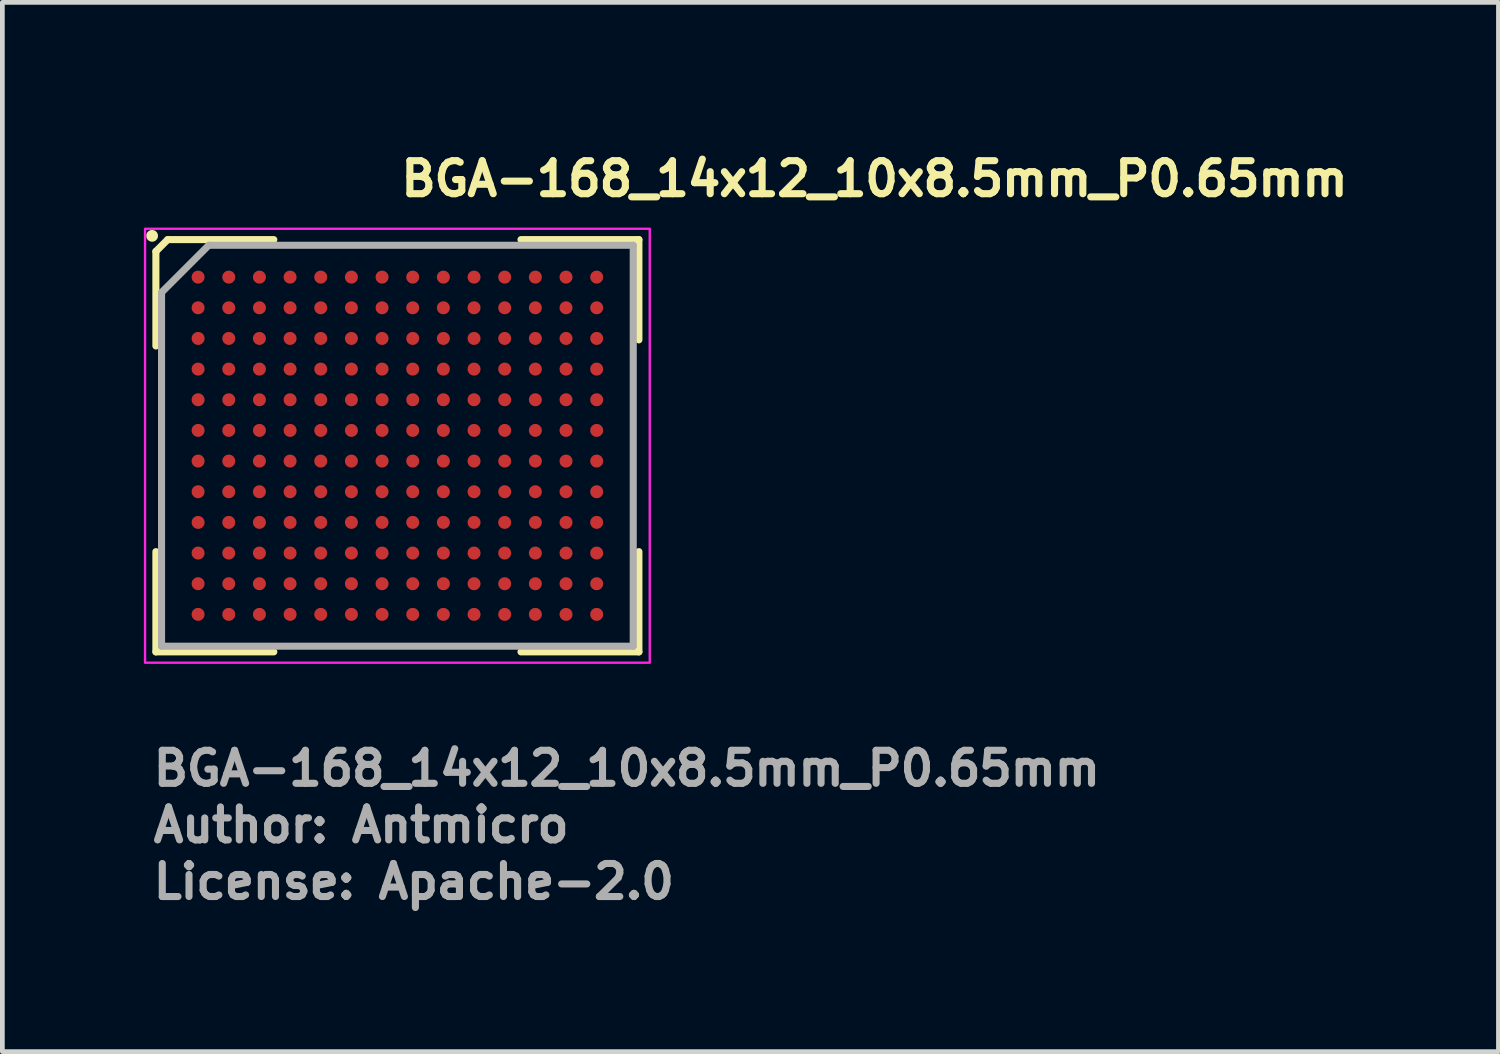
<source format=kicad_pcb>
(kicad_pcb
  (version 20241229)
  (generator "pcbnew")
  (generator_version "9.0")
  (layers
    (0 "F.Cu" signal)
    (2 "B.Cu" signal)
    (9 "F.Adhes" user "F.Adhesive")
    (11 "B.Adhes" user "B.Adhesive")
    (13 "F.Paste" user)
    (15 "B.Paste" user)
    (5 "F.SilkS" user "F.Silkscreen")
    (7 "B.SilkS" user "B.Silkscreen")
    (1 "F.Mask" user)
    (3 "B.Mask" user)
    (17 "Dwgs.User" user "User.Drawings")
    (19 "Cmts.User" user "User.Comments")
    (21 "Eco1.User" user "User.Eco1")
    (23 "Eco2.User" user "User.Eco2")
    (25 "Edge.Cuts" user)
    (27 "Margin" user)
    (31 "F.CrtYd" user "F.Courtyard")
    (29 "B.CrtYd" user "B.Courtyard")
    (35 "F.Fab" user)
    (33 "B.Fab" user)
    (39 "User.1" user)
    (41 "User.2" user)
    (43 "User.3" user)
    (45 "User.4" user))
  (footprint "BGA-168_14x12_10x8.5mm_P0.65mm"
    (layer "F.Cu")
    (at 5.375 6.4)
    (property "Reference" "BGA-168_14x12_10x8.5mm_P0.65mm" (at 0 -5.25 0) (layer "F.SilkS") (effects (font (size 0.7 0.7) (thickness 0.15)) (justify left bottom)))
    (attr smd)
    (fp_line (start -5.12 -4.12) (end -5.12 -2.115) (stroke (width 0.15) (type solid)) (layer "F.SilkS"))
    (fp_line (start -5.12 -4.12) (end -4.87 -4.37) (stroke (width 0.15) (type solid)) (layer "F.SilkS"))
    (fp_line (start -5.12 4.37) (end -5.12 2.245) (stroke (width 0.15) (type solid)) (layer "F.SilkS"))
    (fp_line (start -2.62 -4.37) (end -4.87 -4.37) (stroke (width 0.15) (type solid)) (layer "F.SilkS"))
    (fp_line (start -2.62 4.37) (end -5.12 4.37) (stroke (width 0.15) (type solid)) (layer "F.SilkS"))
    (fp_line (start 2.62 -4.37) (end 5.12 -4.37) (stroke (width 0.15) (type solid)) (layer "F.SilkS"))
    (fp_line (start 2.62 4.37) (end 5.12 4.37) (stroke (width 0.15) (type solid)) (layer "F.SilkS"))
    (fp_line (start 5.12 -4.37) (end 5.12 -2.245) (stroke (width 0.15) (type solid)) (layer "F.SilkS"))
    (fp_line (start 5.12 4.37) (end 5.12 2.245) (stroke (width 0.15) (type solid)) (layer "F.SilkS"))
    (fp_circle (center -5.2 -4.45) (end -5.15 -4.45) (stroke (width 0.15) (type solid)) (fill yes) (layer "F.SilkS"))
    (fp_rect (start -5.35 -4.6) (end 5.35 4.6) (stroke (width 0.05) (type solid)) (fill no) (layer "F.CrtYd"))
    (fp_line (start -5 -3.25) (end -5 4.25) (stroke (width 0.15) (type solid)) (layer "F.Fab"))
    (fp_line (start -5 4.25) (end 5 4.25) (stroke (width 0.15) (type solid)) (layer "F.Fab"))
    (fp_line (start -4 -4.25) (end -5 -3.25) (stroke (width 0.15) (type solid)) (layer "F.Fab"))
    (fp_line (start 5 -4.25) (end -4 -4.25) (stroke (width 0.15) (type solid)) (layer "F.Fab"))
    (fp_line (start 5 4.25) (end 5 -4.25) (stroke (width 0.15) (type solid)) (layer "F.Fab"))
    (fp_rect (start -5 -4.25) (end 5 4.25) (stroke (width 0.1) (type solid)) (fill no) (layer "User.5"))
    (fp_line (start -5 -4.25) (end 5 -4.25) (stroke (width 0.02) (type solid)) (layer "User.9"))
    (fp_line (start -5 4.25) (end -5 -4.25) (stroke (width 0.02) (type solid)) (layer "User.9"))
    (fp_line (start -5 4.25) (end 5 4.25) (stroke (width 0.02) (type solid)) (layer "User.9"))
    (fp_line (start 5 4.25) (end 5 -4.25) (stroke (width 0.02) (type solid)) (layer "User.9"))
    (fp_circle (center -4.25 -3.5) (end -4.05 -3.5) (stroke (width 0.02) (type default)) (fill no) (layer "User.9"))
    (fp_text user "License: Apache-2.0" (at -5.25 9.65 0) (layer "F.Fab") (effects (font (size 0.7 0.7) (thickness 0.15)) (justify left bottom)))
    (fp_text user "${REFERENCE}" (at -5.25 7.25 0) (layer "F.Fab") (effects (font (size 0.7 0.7) (thickness 0.15)) (justify left bottom)))
    (fp_text user "Author: Antmicro" (at -5.25 8.45 0) (layer "F.Fab") (effects (font (size 0.7 0.7) (thickness 0.15)) (justify left bottom)))
    (pad "A1" smd circle (at -4.225 -3.575) (size 0.275 0.275) (layers "F.Cu" "F.Mask" "F.Paste"))
    (pad "A2" smd circle (at -3.575 -3.575) (size 0.275 0.275) (layers "F.Cu" "F.Mask" "F.Paste"))
    (pad "A3" smd circle (at -2.925 -3.575) (size 0.275 0.275) (layers "F.Cu" "F.Mask" "F.Paste"))
    (pad "A4" smd circle (at -2.275 -3.575) (size 0.275 0.275) (layers "F.Cu" "F.Mask" "F.Paste"))
    (pad "A5" smd circle (at -1.625 -3.575) (size 0.275 0.275) (layers "F.Cu" "F.Mask" "F.Paste"))
    (pad "A6" smd circle (at -0.975 -3.575) (size 0.275 0.275) (layers "F.Cu" "F.Mask" "F.Paste"))
    (pad "A7" smd circle (at -0.325 -3.575) (size 0.275 0.275) (layers "F.Cu" "F.Mask" "F.Paste"))
    (pad "A8" smd circle (at 0.325 -3.575) (size 0.275 0.275) (layers "F.Cu" "F.Mask" "F.Paste"))
    (pad "A9" smd circle (at 0.975 -3.575) (size 0.275 0.275) (layers "F.Cu" "F.Mask" "F.Paste"))
    (pad "A10" smd circle (at 1.625 -3.575) (size 0.275 0.275) (layers "F.Cu" "F.Mask" "F.Paste"))
    (pad "A11" smd circle (at 2.275 -3.575) (size 0.275 0.275) (layers "F.Cu" "F.Mask" "F.Paste"))
    (pad "A12" smd circle (at 2.925 -3.575) (size 0.275 0.275) (layers "F.Cu" "F.Mask" "F.Paste"))
    (pad "A13" smd circle (at 3.575 -3.575) (size 0.275 0.275) (layers "F.Cu" "F.Mask" "F.Paste"))
    (pad "A14" smd circle (at 4.225 -3.575) (size 0.275 0.275) (layers "F.Cu" "F.Mask" "F.Paste"))
    (pad "B1" smd circle (at -4.225 -2.925) (size 0.275 0.275) (layers "F.Cu" "F.Mask" "F.Paste"))
    (pad "B2" smd circle (at -3.575 -2.925) (size 0.275 0.275) (layers "F.Cu" "F.Mask" "F.Paste"))
    (pad "B3" smd circle (at -2.925 -2.925) (size 0.275 0.275) (layers "F.Cu" "F.Mask" "F.Paste"))
    (pad "B4" smd circle (at -2.275 -2.925) (size 0.275 0.275) (layers "F.Cu" "F.Mask" "F.Paste"))
    (pad "B5" smd circle (at -1.625 -2.925) (size 0.275 0.275) (layers "F.Cu" "F.Mask" "F.Paste"))
    (pad "B6" smd circle (at -0.975 -2.925) (size 0.275 0.275) (layers "F.Cu" "F.Mask" "F.Paste"))
    (pad "B7" smd circle (at -0.325 -2.925) (size 0.275 0.275) (layers "F.Cu" "F.Mask" "F.Paste"))
    (pad "B8" smd circle (at 0.325 -2.925) (size 0.275 0.275) (layers "F.Cu" "F.Mask" "F.Paste"))
    (pad "B9" smd circle (at 0.975 -2.925) (size 0.275 0.275) (layers "F.Cu" "F.Mask" "F.Paste"))
    (pad "B10" smd circle (at 1.625 -2.925) (size 0.275 0.275) (layers "F.Cu" "F.Mask" "F.Paste"))
    (pad "B11" smd circle (at 2.275 -2.925) (size 0.275 0.275) (layers "F.Cu" "F.Mask" "F.Paste"))
    (pad "B12" smd circle (at 2.925 -2.925) (size 0.275 0.275) (layers "F.Cu" "F.Mask" "F.Paste"))
    (pad "B13" smd circle (at 3.575 -2.925) (size 0.275 0.275) (layers "F.Cu" "F.Mask" "F.Paste"))
    (pad "B14" smd circle (at 4.225 -2.925) (size 0.275 0.275) (layers "F.Cu" "F.Mask" "F.Paste"))
    (pad "C1" smd circle (at -4.225 -2.275) (size 0.275 0.275) (layers "F.Cu" "F.Mask" "F.Paste"))
    (pad "C2" smd circle (at -3.575 -2.275) (size 0.275 0.275) (layers "F.Cu" "F.Mask" "F.Paste"))
    (pad "C3" smd circle (at -2.925 -2.275) (size 0.275 0.275) (layers "F.Cu" "F.Mask" "F.Paste"))
    (pad "C4" smd circle (at -2.275 -2.275) (size 0.275 0.275) (layers "F.Cu" "F.Mask" "F.Paste"))
    (pad "C5" smd circle (at -1.625 -2.275) (size 0.275 0.275) (layers "F.Cu" "F.Mask" "F.Paste"))
    (pad "C6" smd circle (at -0.975 -2.275) (size 0.275 0.275) (layers "F.Cu" "F.Mask" "F.Paste"))
    (pad "C7" smd circle (at -0.325 -2.275) (size 0.275 0.275) (layers "F.Cu" "F.Mask" "F.Paste"))
    (pad "C8" smd circle (at 0.325 -2.275) (size 0.275 0.275) (layers "F.Cu" "F.Mask" "F.Paste"))
    (pad "C9" smd circle (at 0.975 -2.275) (size 0.275 0.275) (layers "F.Cu" "F.Mask" "F.Paste"))
    (pad "C10" smd circle (at 1.625 -2.275) (size 0.275 0.275) (layers "F.Cu" "F.Mask" "F.Paste"))
    (pad "C11" smd circle (at 2.275 -2.275) (size 0.275 0.275) (layers "F.Cu" "F.Mask" "F.Paste"))
    (pad "C12" smd circle (at 2.925 -2.275) (size 0.275 0.275) (layers "F.Cu" "F.Mask" "F.Paste"))
    (pad "C13" smd circle (at 3.575 -2.275) (size 0.275 0.275) (layers "F.Cu" "F.Mask" "F.Paste"))
    (pad "C14" smd circle (at 4.225 -2.275) (size 0.275 0.275) (layers "F.Cu" "F.Mask" "F.Paste"))
    (pad "D1" smd circle (at -4.225 -1.625) (size 0.275 0.275) (layers "F.Cu" "F.Mask" "F.Paste"))
    (pad "D2" smd circle (at -3.575 -1.625) (size 0.275 0.275) (layers "F.Cu" "F.Mask" "F.Paste"))
    (pad "D3" smd circle (at -2.925 -1.625) (size 0.275 0.275) (layers "F.Cu" "F.Mask" "F.Paste"))
    (pad "D4" smd circle (at -2.275 -1.625) (size 0.275 0.275) (layers "F.Cu" "F.Mask" "F.Paste"))
    (pad "D5" smd circle (at -1.625 -1.625) (size 0.275 0.275) (layers "F.Cu" "F.Mask" "F.Paste"))
    (pad "D6" smd circle (at -0.975 -1.625) (size 0.275 0.275) (layers "F.Cu" "F.Mask" "F.Paste"))
    (pad "D7" smd circle (at -0.325 -1.625) (size 0.275 0.275) (layers "F.Cu" "F.Mask" "F.Paste"))
    (pad "D8" smd circle (at 0.325 -1.625) (size 0.275 0.275) (layers "F.Cu" "F.Mask" "F.Paste"))
    (pad "D9" smd circle (at 0.975 -1.625) (size 0.275 0.275) (layers "F.Cu" "F.Mask" "F.Paste"))
    (pad "D10" smd circle (at 1.625 -1.625) (size 0.275 0.275) (layers "F.Cu" "F.Mask" "F.Paste"))
    (pad "D11" smd circle (at 2.275 -1.625) (size 0.275 0.275) (layers "F.Cu" "F.Mask" "F.Paste"))
    (pad "D12" smd circle (at 2.925 -1.625) (size 0.275 0.275) (layers "F.Cu" "F.Mask" "F.Paste"))
    (pad "D13" smd circle (at 3.575 -1.625) (size 0.275 0.275) (layers "F.Cu" "F.Mask" "F.Paste"))
    (pad "D14" smd circle (at 4.225 -1.625) (size 0.275 0.275) (layers "F.Cu" "F.Mask" "F.Paste"))
    (pad "E1" smd circle (at -4.225 -0.975) (size 0.275 0.275) (layers "F.Cu" "F.Mask" "F.Paste"))
    (pad "E2" smd circle (at -3.575 -0.975) (size 0.275 0.275) (layers "F.Cu" "F.Mask" "F.Paste"))
    (pad "E3" smd circle (at -2.925 -0.975) (size 0.275 0.275) (layers "F.Cu" "F.Mask" "F.Paste"))
    (pad "E4" smd circle (at -2.275 -0.975) (size 0.275 0.275) (layers "F.Cu" "F.Mask" "F.Paste"))
    (pad "E5" smd circle (at -1.625 -0.975) (size 0.275 0.275) (layers "F.Cu" "F.Mask" "F.Paste"))
    (pad "E6" smd circle (at -0.975 -0.975) (size 0.275 0.275) (layers "F.Cu" "F.Mask" "F.Paste"))
    (pad "E7" smd circle (at -0.325 -0.975) (size 0.275 0.275) (layers "F.Cu" "F.Mask" "F.Paste"))
    (pad "E8" smd circle (at 0.325 -0.975) (size 0.275 0.275) (layers "F.Cu" "F.Mask" "F.Paste"))
    (pad "E9" smd circle (at 0.975 -0.975) (size 0.275 0.275) (layers "F.Cu" "F.Mask" "F.Paste"))
    (pad "E10" smd circle (at 1.625 -0.975) (size 0.275 0.275) (layers "F.Cu" "F.Mask" "F.Paste"))
    (pad "E11" smd circle (at 2.275 -0.975) (size 0.275 0.275) (layers "F.Cu" "F.Mask" "F.Paste"))
    (pad "E12" smd circle (at 2.925 -0.975) (size 0.275 0.275) (layers "F.Cu" "F.Mask" "F.Paste"))
    (pad "E13" smd circle (at 3.575 -0.975) (size 0.275 0.275) (layers "F.Cu" "F.Mask" "F.Paste"))
    (pad "E14" smd circle (at 4.225 -0.975) (size 0.275 0.275) (layers "F.Cu" "F.Mask" "F.Paste"))
    (pad "F1" smd circle (at -4.225 -0.325) (size 0.275 0.275) (layers "F.Cu" "F.Mask" "F.Paste"))
    (pad "F2" smd circle (at -3.575 -0.325) (size 0.275 0.275) (layers "F.Cu" "F.Mask" "F.Paste"))
    (pad "F3" smd circle (at -2.925 -0.325) (size 0.275 0.275) (layers "F.Cu" "F.Mask" "F.Paste"))
    (pad "F4" smd circle (at -2.275 -0.325) (size 0.275 0.275) (layers "F.Cu" "F.Mask" "F.Paste"))
    (pad "F5" smd circle (at -1.625 -0.325) (size 0.275 0.275) (layers "F.Cu" "F.Mask" "F.Paste"))
    (pad "F6" smd circle (at -0.975 -0.325) (size 0.275 0.275) (layers "F.Cu" "F.Mask" "F.Paste"))
    (pad "F7" smd circle (at -0.325 -0.325) (size 0.275 0.275) (layers "F.Cu" "F.Mask" "F.Paste"))
    (pad "F8" smd circle (at 0.325 -0.325) (size 0.275 0.275) (layers "F.Cu" "F.Mask" "F.Paste"))
    (pad "F9" smd circle (at 0.975 -0.325) (size 0.275 0.275) (layers "F.Cu" "F.Mask" "F.Paste"))
    (pad "F10" smd circle (at 1.625 -0.325) (size 0.275 0.275) (layers "F.Cu" "F.Mask" "F.Paste"))
    (pad "F11" smd circle (at 2.275 -0.325) (size 0.275 0.275) (layers "F.Cu" "F.Mask" "F.Paste"))
    (pad "F12" smd circle (at 2.925 -0.325) (size 0.275 0.275) (layers "F.Cu" "F.Mask" "F.Paste"))
    (pad "F13" smd circle (at 3.575 -0.325) (size 0.275 0.275) (layers "F.Cu" "F.Mask" "F.Paste"))
    (pad "F14" smd circle (at 4.225 -0.325) (size 0.275 0.275) (layers "F.Cu" "F.Mask" "F.Paste"))
    (pad "G1" smd circle (at -4.225 0.325) (size 0.275 0.275) (layers "F.Cu" "F.Mask" "F.Paste"))
    (pad "G2" smd circle (at -3.575 0.325) (size 0.275 0.275) (layers "F.Cu" "F.Mask" "F.Paste"))
    (pad "G3" smd circle (at -2.925 0.325) (size 0.275 0.275) (layers "F.Cu" "F.Mask" "F.Paste"))
    (pad "G4" smd circle (at -2.275 0.325) (size 0.275 0.275) (layers "F.Cu" "F.Mask" "F.Paste"))
    (pad "G5" smd circle (at -1.625 0.325) (size 0.275 0.275) (layers "F.Cu" "F.Mask" "F.Paste"))
    (pad "G6" smd circle (at -0.975 0.325) (size 0.275 0.275) (layers "F.Cu" "F.Mask" "F.Paste"))
    (pad "G7" smd circle (at -0.325 0.325) (size 0.275 0.275) (layers "F.Cu" "F.Mask" "F.Paste"))
    (pad "G8" smd circle (at 0.325 0.325) (size 0.275 0.275) (layers "F.Cu" "F.Mask" "F.Paste"))
    (pad "G9" smd circle (at 0.975 0.325) (size 0.275 0.275) (layers "F.Cu" "F.Mask" "F.Paste"))
    (pad "G10" smd circle (at 1.625 0.325) (size 0.275 0.275) (layers "F.Cu" "F.Mask" "F.Paste"))
    (pad "G11" smd circle (at 2.275 0.325) (size 0.275 0.275) (layers "F.Cu" "F.Mask" "F.Paste"))
    (pad "G12" smd circle (at 2.925 0.325) (size 0.275 0.275) (layers "F.Cu" "F.Mask" "F.Paste"))
    (pad "G13" smd circle (at 3.575 0.325) (size 0.275 0.275) (layers "F.Cu" "F.Mask" "F.Paste"))
    (pad "G14" smd circle (at 4.225 0.325) (size 0.275 0.275) (layers "F.Cu" "F.Mask" "F.Paste"))
    (pad "H1" smd circle (at -4.225 0.975) (size 0.275 0.275) (layers "F.Cu" "F.Mask" "F.Paste"))
    (pad "H2" smd circle (at -3.575 0.975) (size 0.275 0.275) (layers "F.Cu" "F.Mask" "F.Paste"))
    (pad "H3" smd circle (at -2.925 0.975) (size 0.275 0.275) (layers "F.Cu" "F.Mask" "F.Paste"))
    (pad "H4" smd circle (at -2.275 0.975) (size 0.275 0.275) (layers "F.Cu" "F.Mask" "F.Paste"))
    (pad "H5" smd circle (at -1.625 0.975) (size 0.275 0.275) (layers "F.Cu" "F.Mask" "F.Paste"))
    (pad "H6" smd circle (at -0.975 0.975) (size 0.275 0.275) (layers "F.Cu" "F.Mask" "F.Paste"))
    (pad "H7" smd circle (at -0.325 0.975) (size 0.275 0.275) (layers "F.Cu" "F.Mask" "F.Paste"))
    (pad "H8" smd circle (at 0.325 0.975) (size 0.275 0.275) (layers "F.Cu" "F.Mask" "F.Paste"))
    (pad "H9" smd circle (at 0.975 0.975) (size 0.275 0.275) (layers "F.Cu" "F.Mask" "F.Paste"))
    (pad "H10" smd circle (at 1.625 0.975) (size 0.275 0.275) (layers "F.Cu" "F.Mask" "F.Paste"))
    (pad "H11" smd circle (at 2.275 0.975) (size 0.275 0.275) (layers "F.Cu" "F.Mask" "F.Paste"))
    (pad "H12" smd circle (at 2.925 0.975) (size 0.275 0.275) (layers "F.Cu" "F.Mask" "F.Paste"))
    (pad "H13" smd circle (at 3.575 0.975) (size 0.275 0.275) (layers "F.Cu" "F.Mask" "F.Paste"))
    (pad "H14" smd circle (at 4.225 0.975) (size 0.275 0.275) (layers "F.Cu" "F.Mask" "F.Paste"))
    (pad "J1" smd circle (at -4.225 1.625) (size 0.275 0.275) (layers "F.Cu" "F.Mask" "F.Paste"))
    (pad "J2" smd circle (at -3.575 1.625) (size 0.275 0.275) (layers "F.Cu" "F.Mask" "F.Paste"))
    (pad "J3" smd circle (at -2.925 1.625) (size 0.275 0.275) (layers "F.Cu" "F.Mask" "F.Paste"))
    (pad "J4" smd circle (at -2.275 1.625) (size 0.275 0.275) (layers "F.Cu" "F.Mask" "F.Paste"))
    (pad "J5" smd circle (at -1.625 1.625) (size 0.275 0.275) (layers "F.Cu" "F.Mask" "F.Paste"))
    (pad "J6" smd circle (at -0.975 1.625) (size 0.275 0.275) (layers "F.Cu" "F.Mask" "F.Paste"))
    (pad "J7" smd circle (at -0.325 1.625) (size 0.275 0.275) (layers "F.Cu" "F.Mask" "F.Paste"))
    (pad "J8" smd circle (at 0.325 1.625) (size 0.275 0.275) (layers "F.Cu" "F.Mask" "F.Paste"))
    (pad "J9" smd circle (at 0.975 1.625) (size 0.275 0.275) (layers "F.Cu" "F.Mask" "F.Paste"))
    (pad "J10" smd circle (at 1.625 1.625) (size 0.275 0.275) (layers "F.Cu" "F.Mask" "F.Paste"))
    (pad "J11" smd circle (at 2.275 1.625) (size 0.275 0.275) (layers "F.Cu" "F.Mask" "F.Paste"))
    (pad "J12" smd circle (at 2.925 1.625) (size 0.275 0.275) (layers "F.Cu" "F.Mask" "F.Paste"))
    (pad "J13" smd circle (at 3.575 1.625) (size 0.275 0.275) (layers "F.Cu" "F.Mask" "F.Paste"))
    (pad "J14" smd circle (at 4.225 1.625) (size 0.275 0.275) (layers "F.Cu" "F.Mask" "F.Paste"))
    (pad "K1" smd circle (at -4.225 2.275) (size 0.275 0.275) (layers "F.Cu" "F.Mask" "F.Paste"))
    (pad "K2" smd circle (at -3.575 2.275) (size 0.275 0.275) (layers "F.Cu" "F.Mask" "F.Paste"))
    (pad "K3" smd circle (at -2.925 2.275) (size 0.275 0.275) (layers "F.Cu" "F.Mask" "F.Paste"))
    (pad "K4" smd circle (at -2.275 2.275) (size 0.275 0.275) (layers "F.Cu" "F.Mask" "F.Paste"))
    (pad "K5" smd circle (at -1.625 2.275) (size 0.275 0.275) (layers "F.Cu" "F.Mask" "F.Paste"))
    (pad "K6" smd circle (at -0.975 2.275) (size 0.275 0.275) (layers "F.Cu" "F.Mask" "F.Paste"))
    (pad "K7" smd circle (at -0.325 2.275) (size 0.275 0.275) (layers "F.Cu" "F.Mask" "F.Paste"))
    (pad "K8" smd circle (at 0.325 2.275) (size 0.275 0.275) (layers "F.Cu" "F.Mask" "F.Paste"))
    (pad "K9" smd circle (at 0.975 2.275) (size 0.275 0.275) (layers "F.Cu" "F.Mask" "F.Paste"))
    (pad "K10" smd circle (at 1.625 2.275) (size 0.275 0.275) (layers "F.Cu" "F.Mask" "F.Paste"))
    (pad "K11" smd circle (at 2.275 2.275) (size 0.275 0.275) (layers "F.Cu" "F.Mask" "F.Paste"))
    (pad "K12" smd circle (at 2.925 2.275) (size 0.275 0.275) (layers "F.Cu" "F.Mask" "F.Paste"))
    (pad "K13" smd circle (at 3.575 2.275) (size 0.275 0.275) (layers "F.Cu" "F.Mask" "F.Paste"))
    (pad "K14" smd circle (at 4.225 2.275) (size 0.275 0.275) (layers "F.Cu" "F.Mask" "F.Paste"))
    (pad "L1" smd circle (at -4.225 2.925) (size 0.275 0.275) (layers "F.Cu" "F.Mask" "F.Paste"))
    (pad "L2" smd circle (at -3.575 2.925) (size 0.275 0.275) (layers "F.Cu" "F.Mask" "F.Paste"))
    (pad "L3" smd circle (at -2.925 2.925) (size 0.275 0.275) (layers "F.Cu" "F.Mask" "F.Paste"))
    (pad "L4" smd circle (at -2.275 2.925) (size 0.275 0.275) (layers "F.Cu" "F.Mask" "F.Paste"))
    (pad "L5" smd circle (at -1.625 2.925) (size 0.275 0.275) (layers "F.Cu" "F.Mask" "F.Paste"))
    (pad "L6" smd circle (at -0.975 2.925) (size 0.275 0.275) (layers "F.Cu" "F.Mask" "F.Paste"))
    (pad "L7" smd circle (at -0.325 2.925) (size 0.275 0.275) (layers "F.Cu" "F.Mask" "F.Paste"))
    (pad "L8" smd circle (at 0.325 2.925) (size 0.275 0.275) (layers "F.Cu" "F.Mask" "F.Paste"))
    (pad "L9" smd circle (at 0.975 2.925) (size 0.275 0.275) (layers "F.Cu" "F.Mask" "F.Paste"))
    (pad "L10" smd circle (at 1.625 2.925) (size 0.275 0.275) (layers "F.Cu" "F.Mask" "F.Paste"))
    (pad "L11" smd circle (at 2.275 2.925) (size 0.275 0.275) (layers "F.Cu" "F.Mask" "F.Paste"))
    (pad "L12" smd circle (at 2.925 2.925) (size 0.275 0.275) (layers "F.Cu" "F.Mask" "F.Paste"))
    (pad "L13" smd circle (at 3.575 2.925) (size 0.275 0.275) (layers "F.Cu" "F.Mask" "F.Paste"))
    (pad "L14" smd circle (at 4.225 2.925) (size 0.275 0.275) (layers "F.Cu" "F.Mask" "F.Paste"))
    (pad "M1" smd circle (at -4.225 3.575) (size 0.275 0.275) (layers "F.Cu" "F.Mask" "F.Paste"))
    (pad "M2" smd circle (at -3.575 3.575) (size 0.275 0.275) (layers "F.Cu" "F.Mask" "F.Paste"))
    (pad "M3" smd circle (at -2.925 3.575) (size 0.275 0.275) (layers "F.Cu" "F.Mask" "F.Paste"))
    (pad "M4" smd circle (at -2.275 3.575) (size 0.275 0.275) (layers "F.Cu" "F.Mask" "F.Paste"))
    (pad "M5" smd circle (at -1.625 3.575) (size 0.275 0.275) (layers "F.Cu" "F.Mask" "F.Paste"))
    (pad "M6" smd circle (at -0.975 3.575) (size 0.275 0.275) (layers "F.Cu" "F.Mask" "F.Paste"))
    (pad "M7" smd circle (at -0.325 3.575) (size 0.275 0.275) (layers "F.Cu" "F.Mask" "F.Paste"))
    (pad "M8" smd circle (at 0.325 3.575) (size 0.275 0.275) (layers "F.Cu" "F.Mask" "F.Paste"))
    (pad "M9" smd circle (at 0.975 3.575) (size 0.275 0.275) (layers "F.Cu" "F.Mask" "F.Paste"))
    (pad "M10" smd circle (at 1.625 3.575) (size 0.275 0.275) (layers "F.Cu" "F.Mask" "F.Paste"))
    (pad "M11" smd circle (at 2.275 3.575) (size 0.275 0.275) (layers "F.Cu" "F.Mask" "F.Paste"))
    (pad "M12" smd circle (at 2.925 3.575) (size 0.275 0.275) (layers "F.Cu" "F.Mask" "F.Paste"))
    (pad "M13" smd circle (at 3.575 3.575) (size 0.275 0.275) (layers "F.Cu" "F.Mask" "F.Paste"))
    (pad "M14" smd circle (at 4.225 3.575) (size 0.275 0.275) (layers "F.Cu" "F.Mask" "F.Paste")))
  (gr_rect
    (start -3 -3)
    (end 28.718 19.245)
    (stroke (width 0.1) (type default))
    (fill no)
    (layer "Edge.Cuts")))
</source>
